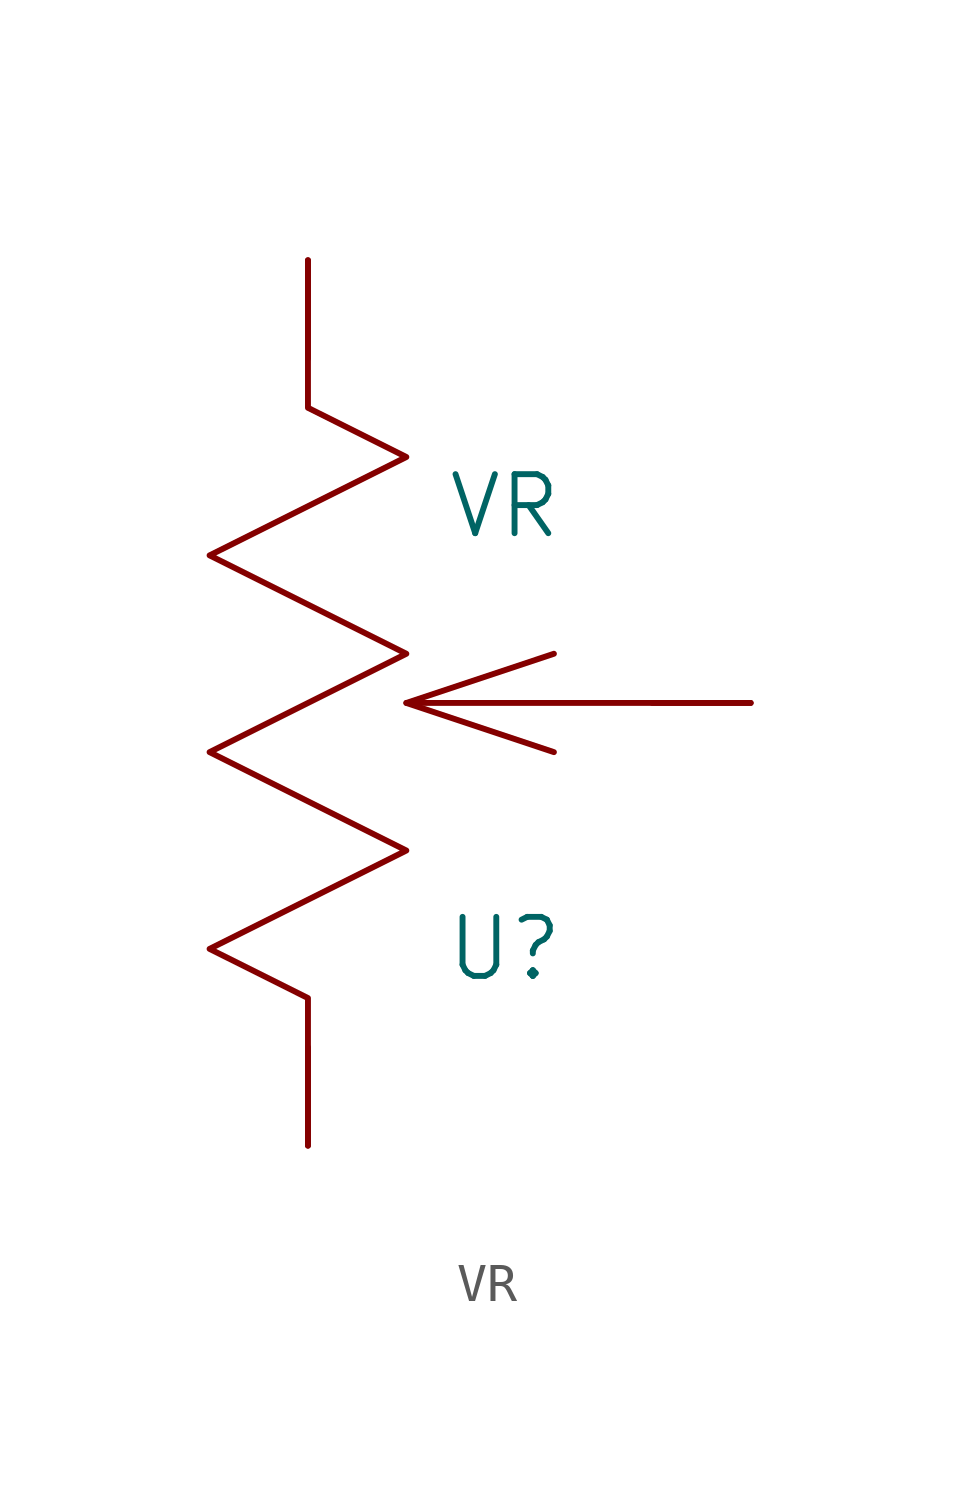
<source format=kicad_sym>
(kicad_symbol_lib
  (version 20220914)
  (generator kicad_symbol_editor)
  (symbol "VR"
    (pin_names
      (offset 1.016))
    (property "Reference" "U"
      (at 5.08 -6.35 0)
      (effects (font (size 1.524 1.524))))
    (property "Value" "VR"
      (at 5.08 5.08 0)
      (effects (font (size 1.524 1.524))))
    (property "Footprint" ""
      (at 0 0 0)
      (effects (font (size 1.524 1.524))))
    (property "Datasheet" ""
      (at 0 0 0)
      (effects (font (size 1.524 1.524))))
    (symbol "VR_0_1"
      (polyline (pts (xy 2.54 0) (xy 11.43 0)) (stroke (width 0) (type solid)) (fill (type none)))
      (polyline (pts (xy 6.35 1.27) (xy 2.54 0) (xy 6.35 -1.27)) (stroke (width 0) (type solid)) (fill (type none)))
      (polyline (pts (xy 0 11.43) (xy 0 7.62) (xy 2.54 6.35) (xy -2.54 3.81) (xy 2.54 1.27) (xy -2.54 -1.27) (xy 2.54 -3.81) (xy -2.54 -6.35) (xy 0 -7.62) (xy 0 -11.43)) (stroke (width 0) (type solid)) (fill (type none))))
    (symbol "VR_1_1"
      (pin passive line (at 0 -11.43 90) (length 2.54) (name "~" (effects (font (size 1.016 1.016)))) (number "~" (effects (font (size 1.016 1.016)))))
      (pin passive line (at 0 11.43 270) (length 2.54) (name "~" (effects (font (size 1.016 1.016)))) (number "~" (effects (font (size 1.016 1.016)))))
      (pin passive line (at 11.43 0 180) (length 2.54) (name "~" (effects (font (size 1.016 1.016)))) (number "~" (effects (font (size 1.016 1.016))))))))
</source>
